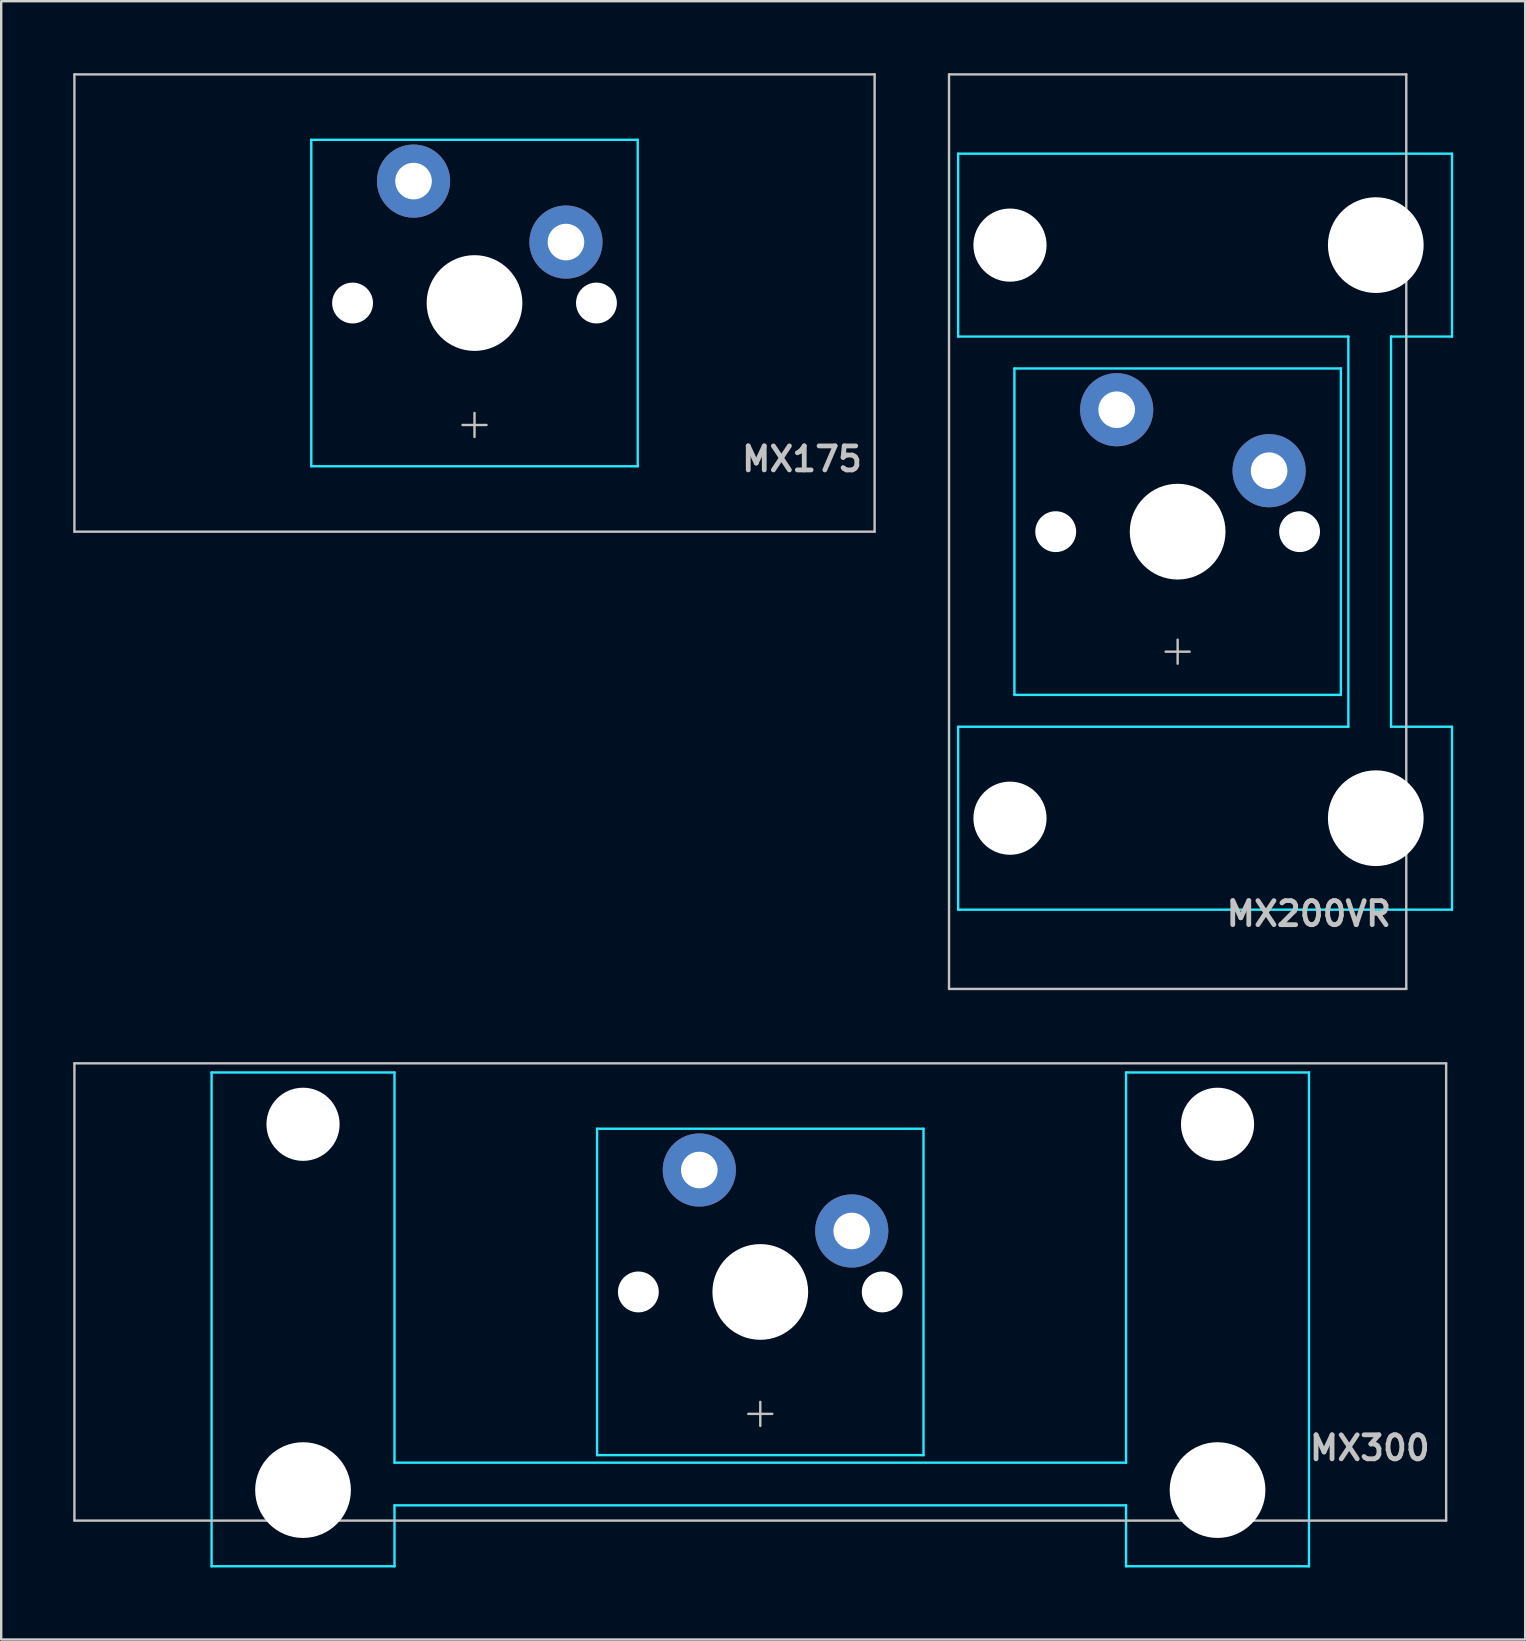
<source format=kicad_pcb>
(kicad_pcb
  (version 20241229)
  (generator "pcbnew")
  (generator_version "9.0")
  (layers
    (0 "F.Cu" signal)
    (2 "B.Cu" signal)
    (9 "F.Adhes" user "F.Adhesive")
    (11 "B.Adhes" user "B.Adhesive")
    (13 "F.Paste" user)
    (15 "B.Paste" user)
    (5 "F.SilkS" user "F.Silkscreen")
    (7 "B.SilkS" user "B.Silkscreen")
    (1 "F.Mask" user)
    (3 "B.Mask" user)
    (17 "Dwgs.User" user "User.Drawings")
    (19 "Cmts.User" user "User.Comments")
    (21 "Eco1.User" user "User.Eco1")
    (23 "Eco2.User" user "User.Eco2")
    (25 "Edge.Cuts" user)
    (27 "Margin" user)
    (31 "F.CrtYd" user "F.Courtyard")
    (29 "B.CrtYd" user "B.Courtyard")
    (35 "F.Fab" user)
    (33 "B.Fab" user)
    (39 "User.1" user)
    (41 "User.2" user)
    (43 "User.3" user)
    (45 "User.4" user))
  (footprint "MX175"
    (layer "F.Cu")
    (at 16.719 9.575)
    (property "Reference" "MX175" (at 16.25 6.5 0) (layer "Dwgs.User") (effects (font (size 1 1) (thickness 0.2)) (justify right)))
    (attr through_hole)
    (fp_circle (center -2.54 -5.08) (end -2.032 -5.08) (stroke (width 0.12) (type solid)) (fill no) (layer "F.Mask"))
    (fp_line (start -16.669 -9.525) (end -16.669 9.525) (stroke (width 0.1) (type solid)) (layer "Dwgs.User"))
    (fp_line (start -16.669 -9.525) (end 16.669 -9.525) (stroke (width 0.1) (type solid)) (layer "Dwgs.User"))
    (fp_line (start -16.669 9.525) (end 16.669 9.525) (stroke (width 0.1) (type solid)) (layer "Dwgs.User"))
    (fp_line (start -0.5 5.08) (end 0.5 5.08) (stroke (width 0.1) (type solid)) (layer "Dwgs.User"))
    (fp_line (start 0 4.58) (end 0 5.58) (stroke (width 0.1) (type solid)) (layer "Dwgs.User"))
    (fp_line (start 16.669 -9.525) (end 16.669 9.525) (stroke (width 0.1) (type solid)) (layer "Dwgs.User"))
    (fp_line (start -7 -6.5) (end -7 6.5) (stroke (width 0.1) (type solid)) (layer "Eco1.User"))
    (fp_line (start -6.5 7) (end 6.5 7) (stroke (width 0.1) (type solid)) (layer "Eco1.User"))
    (fp_line (start 6.5 -7) (end -6.5 -7) (stroke (width 0.1) (type solid)) (layer "Eco1.User"))
    (fp_line (start 7 6.5) (end 7 -6.5) (stroke (width 0.1) (type solid)) (layer "Eco1.User"))
    (fp_arc (start -7 -6.5) (mid -6.853553 -6.853553) (end -6.5 -7) (stroke (width 0.1) (type solid)) (layer "Eco1.User"))
    (fp_arc (start -6.5 7) (mid -6.853553 6.853553) (end -7 6.5) (stroke (width 0.1) (type solid)) (layer "Eco1.User"))
    (fp_arc (start 6.5 -7) (mid 6.853553 -6.853553) (end 7 -6.5) (stroke (width 0.1) (type solid)) (layer "Eco1.User"))
    (fp_arc (start 7 6.5) (mid 6.853553 6.853553) (end 6.5 7) (stroke (width 0.1) (type solid)) (layer "Eco1.User"))
    (fp_line (start -6.8 -6.8) (end 6.8 -6.8) (stroke (width 0.1) (type solid)) (layer "B.CrtYd"))
    (fp_line (start -6.8 6.8) (end -6.8 -6.8) (stroke (width 0.1) (type solid)) (layer "B.CrtYd"))
    (fp_line (start -6.8 6.8) (end 6.8 6.8) (stroke (width 0.1) (type solid)) (layer "B.CrtYd"))
    (fp_line (start 6.8 6.8) (end 6.8 -6.8) (stroke (width 0.1) (type solid)) (layer "B.CrtYd"))
    (pad "" np_thru_hole circle (at -5.08 0) (size 1.702 1.702) (drill 1.702) (layers "*.Cu" "*.Mask"))
    (pad "" np_thru_hole circle (at 0 0) (size 3.988 3.988) (drill 3.988) (layers "*.Cu" "*.Mask"))
    (pad "" np_thru_hole circle (at 5.08 0) (size 1.702 1.702) (drill 1.702) (layers "*.Cu" "*.Mask"))
    (pad "1" thru_hole circle (at -2.54 -5.08) (size 3.048 3.048) (drill 1.524) (layers "*.Cu" "*.Mask"))
    (pad "2" thru_hole circle (at 3.81 -2.54) (size 3.048 3.048) (drill 1.524) (layers "*.Cu" "*.Mask")))
  (footprint "MX200VR"
    (layer "F.Cu")
    (at 46.013 19.02)
    (property "Reference" "MX200VR" (at 9 16 0) (layer "Dwgs.User") (effects (font (size 1 1) (thickness 0.2)) (justify right)))
    (attr through_hole)
    (fp_line (start -9.525 -18.97) (end -9.525 19.13) (stroke (width 0.1) (type solid)) (layer "Dwgs.User"))
    (fp_line (start -0.5 5.08) (end 0.5 5.08) (stroke (width 0.1) (type solid)) (layer "Dwgs.User"))
    (fp_line (start 0 5.58) (end 0 4.58) (stroke (width 0.1) (type solid)) (layer "Dwgs.User"))
    (fp_line (start 9.525 -18.97) (end -9.525 -18.97) (stroke (width 0.1) (type solid)) (layer "Dwgs.User"))
    (fp_line (start 9.525 -18.97) (end 9.525 19.13) (stroke (width 0.1) (type solid)) (layer "Dwgs.User"))
    (fp_line (start 9.525 19.13) (end -9.525 19.13) (stroke (width 0.1) (type solid)) (layer "Dwgs.User"))
    (fp_line (start -7 -6.42) (end -7 6.58) (stroke (width 0.1) (type solid)) (layer "Eco1.User"))
    (fp_line (start -6.5 7.08) (end 6.5 7.08) (stroke (width 0.1) (type solid)) (layer "Eco1.User"))
    (fp_line (start -5.985 -8.858) (end -5.985 -14.858) (stroke (width 0.1) (type solid)) (layer "Eco1.User"))
    (fp_line (start -5.985 15.018) (end -5.985 9.018) (stroke (width 0.1) (type solid)) (layer "Eco1.User"))
    (fp_line (start -5.485 -8.358) (end 8.515 -8.358) (stroke (width 0.1) (type solid)) (layer "Eco1.User"))
    (fp_line (start -5.485 15.518) (end 8.515 15.518) (stroke (width 0.1) (type solid)) (layer "Eco1.User"))
    (fp_line (start 6.5 -6.92) (end -6.5 -6.92) (stroke (width 0.1) (type solid)) (layer "Eco1.User"))
    (fp_line (start 7 6.58) (end 7 -6.42) (stroke (width 0.1) (type solid)) (layer "Eco1.User"))
    (fp_line (start 8.515 -15.358) (end -5.485 -15.358) (stroke (width 0.1) (type solid)) (layer "Eco1.User"))
    (fp_line (start 8.515 8.518) (end -5.485 8.518) (stroke (width 0.1) (type solid)) (layer "Eco1.User"))
    (fp_line (start 9.015 -14.858) (end 9.015 -8.858) (stroke (width 0.1) (type solid)) (layer "Eco1.User"))
    (fp_line (start 9.015 9.018) (end 9.015 15.018) (stroke (width 0.1) (type solid)) (layer "Eco1.User"))
    (fp_arc (start -7 -6.42) (mid -6.853553 -6.773553) (end -6.5 -6.92) (stroke (width 0.1) (type solid)) (layer "Eco1.User"))
    (fp_arc (start -6.5 7.08) (mid -6.853553 6.933553) (end -7 6.58) (stroke (width 0.1) (type solid)) (layer "Eco1.User"))
    (fp_arc (start -5.985 -14.858) (mid -5.838553 -15.211553) (end -5.485 -15.358) (stroke (width 0.1) (type solid)) (layer "Eco1.User"))
    (fp_arc (start -5.985 9.018) (mid -5.838553 8.664447) (end -5.485 8.518) (stroke (width 0.1) (type solid)) (layer "Eco1.User"))
    (fp_arc (start -5.485 -8.358) (mid -5.838553 -8.504447) (end -5.985 -8.858) (stroke (width 0.1) (type solid)) (layer "Eco1.User"))
    (fp_arc (start -5.485 15.518) (mid -5.838553 15.371553) (end -5.985 15.018) (stroke (width 0.1) (type solid)) (layer "Eco1.User"))
    (fp_arc (start 6.5 -6.92) (mid 6.853553 -6.773553) (end 7 -6.42) (stroke (width 0.1) (type solid)) (layer "Eco1.User"))
    (fp_arc (start 7 6.58) (mid 6.853553 6.933553) (end 6.5 7.08) (stroke (width 0.1) (type solid)) (layer "Eco1.User"))
    (fp_arc (start 8.515 -15.358) (mid 8.868553 -15.211553) (end 9.015 -14.858) (stroke (width 0.1) (type solid)) (layer "Eco1.User"))
    (fp_arc (start 8.515 8.518) (mid 8.868553 8.664447) (end 9.015 9.018) (stroke (width 0.1) (type solid)) (layer "Eco1.User"))
    (fp_arc (start 9.015 -8.858) (mid 8.868553 -8.504447) (end 8.515 -8.358) (stroke (width 0.1) (type solid)) (layer "Eco1.User"))
    (fp_arc (start 9.015 15.018) (mid 8.868553 15.371553) (end 8.515 15.518) (stroke (width 0.1) (type solid)) (layer "Eco1.User"))
    (fp_line (start -9.144 -15.668) (end 11.43 -15.668) (stroke (width 0.1) (type solid)) (layer "B.CrtYd"))
    (fp_line (start -9.144 -8.048) (end -9.144 -15.668) (stroke (width 0.1) (type solid)) (layer "B.CrtYd"))
    (fp_line (start -9.144 -8.048) (end 7.112 -8.048) (stroke (width 0.1) (type solid)) (layer "B.CrtYd"))
    (fp_line (start -9.144 8.208) (end 7.112 8.208) (stroke (width 0.1) (type solid)) (layer "B.CrtYd"))
    (fp_line (start -9.144 15.828) (end -9.144 8.208) (stroke (width 0.1) (type solid)) (layer "B.CrtYd"))
    (fp_line (start -6.8 6.88) (end -6.8 -6.72) (stroke (width 0.1) (type solid)) (layer "B.CrtYd"))
    (fp_line (start 6.8 -6.72) (end -6.8 -6.72) (stroke (width 0.1) (type solid)) (layer "B.CrtYd"))
    (fp_line (start 6.8 6.88) (end -6.8 6.88) (stroke (width 0.1) (type solid)) (layer "B.CrtYd"))
    (fp_line (start 6.8 6.88) (end 6.8 -6.72) (stroke (width 0.1) (type solid)) (layer "B.CrtYd"))
    (fp_line (start 7.112 8.208) (end 7.112 -8.048) (stroke (width 0.1) (type solid)) (layer "B.CrtYd"))
    (fp_line (start 8.89 8.208) (end 8.89 -8.048) (stroke (width 0.1) (type solid)) (layer "B.CrtYd"))
    (fp_line (start 11.43 -15.668) (end 11.43 -8.048) (stroke (width 0.1) (type solid)) (layer "B.CrtYd"))
    (fp_line (start 11.43 -8.048) (end 8.89 -8.048) (stroke (width 0.1) (type solid)) (layer "B.CrtYd"))
    (fp_line (start 11.43 8.208) (end 8.89 8.208) (stroke (width 0.1) (type solid)) (layer "B.CrtYd"))
    (fp_line (start 11.43 8.208) (end 11.43 15.828) (stroke (width 0.1) (type solid)) (layer "B.CrtYd"))
    (fp_line (start 11.43 15.828) (end -9.144 15.828) (stroke (width 0.1) (type solid)) (layer "B.CrtYd"))
    (pad "" np_thru_hole circle (at -6.985 -11.858 90) (size 3.048 3.048) (drill 3.048) (layers "*.Cu" "*.Mask"))
    (pad "" smd circle (at -6.985 -11.858) (size 3.988 3.988) (layers "F.Mask"))
    (pad "" np_thru_hole circle (at -6.985 12.018 90) (size 3.048 3.048) (drill 3.048) (layers "*.Cu" "*.Mask"))
    (pad "" smd circle (at -6.985 12.018) (size 3.988 3.988) (layers "F.Mask"))
    (pad "" np_thru_hole circle (at -5.08 0.08) (size 1.702 1.702) (drill 1.702) (layers "*.Cu" "*.Mask"))
    (pad "" np_thru_hole circle (at 0 0.08 180) (size 3.988 3.988) (drill 3.988) (layers "*.Cu" "*.Mask"))
    (pad "" np_thru_hole circle (at 5.08 0.08) (size 1.702 1.702) (drill 1.702) (layers "*.Cu" "*.Mask"))
    (pad "" np_thru_hole circle (at 8.255 -11.858 90) (size 3.988 3.988) (drill 3.988) (layers "*.Cu" "*.Mask"))
    (pad "" np_thru_hole circle (at 8.255 12.018 90) (size 3.988 3.988) (drill 3.988) (layers "*.Cu" "*.Mask"))
    (pad "1" thru_hole circle (at -2.54 -5) (size 3.048 3.048) (drill 1.524) (layers "*.Cu" "*.Mask"))
    (pad "2" thru_hole circle (at 3.81 -2.46) (size 3.048 3.048) (drill 1.524) (layers "*.Cu" "*.Mask")))
  (footprint "MX300"
    (layer "F.Cu")
    (at 28.625 50.775)
    (property "Reference" "MX300" (at 28 6.5 0) (layer "Dwgs.User") (effects (font (size 1 1) (thickness 0.2)) (justify right)))
    (attr through_hole)
    (fp_line (start -28.575 -9.525) (end -28.575 9.525) (stroke (width 0.1) (type solid)) (layer "Dwgs.User"))
    (fp_line (start -28.575 -9.525) (end 28.575 -9.525) (stroke (width 0.1) (type solid)) (layer "Dwgs.User"))
    (fp_line (start -28.575 9.525) (end 28.575 9.525) (stroke (width 0.1) (type solid)) (layer "Dwgs.User"))
    (fp_line (start -0.5 5.08) (end 0.5 5.08) (stroke (width 0.1) (type solid)) (layer "Dwgs.User"))
    (fp_line (start 0 5.58) (end 0 4.58) (stroke (width 0.1) (type solid)) (layer "Dwgs.User"))
    (fp_line (start 28.575 -9.525) (end 28.575 9.525) (stroke (width 0.1) (type solid)) (layer "Dwgs.User"))
    (fp_line (start -22.55 -5.485) (end -22.55 8.515) (stroke (width 0.1) (type solid)) (layer "Eco1.User"))
    (fp_line (start -22.05 -5.985) (end -16.05 -5.985) (stroke (width 0.1) (type solid)) (layer "Eco1.User"))
    (fp_line (start -16.05 9.015) (end -22.05 9.015) (stroke (width 0.1) (type solid)) (layer "Eco1.User"))
    (fp_line (start -15.55 8.515) (end -15.55 -5.485) (stroke (width 0.1) (type solid)) (layer "Eco1.User"))
    (fp_line (start -7 -6.5) (end -7 6.5) (stroke (width 0.1) (type solid)) (layer "Eco1.User"))
    (fp_line (start -6.5 7) (end 6.5 7) (stroke (width 0.1) (type solid)) (layer "Eco1.User"))
    (fp_line (start 6.5 -7) (end -6.5 -7) (stroke (width 0.1) (type solid)) (layer "Eco1.User"))
    (fp_line (start 7 6.5) (end 7 -6.5) (stroke (width 0.1) (type solid)) (layer "Eco1.User"))
    (fp_line (start 15.55 -5.485) (end 15.55 8.515) (stroke (width 0.1) (type solid)) (layer "Eco1.User"))
    (fp_line (start 16.05 -5.985) (end 22.05 -5.985) (stroke (width 0.1) (type solid)) (layer "Eco1.User"))
    (fp_line (start 22.05 9.015) (end 16.05 9.015) (stroke (width 0.1) (type solid)) (layer "Eco1.User"))
    (fp_line (start 22.55 8.515) (end 22.55 -5.485) (stroke (width 0.1) (type solid)) (layer "Eco1.User"))
    (fp_arc (start -22.55 -5.485) (mid -22.403553 -5.838553) (end -22.05 -5.985) (stroke (width 0.1) (type solid)) (layer "Eco1.User"))
    (fp_arc (start -22.05 9.015) (mid -22.403553 8.868553) (end -22.55 8.515) (stroke (width 0.1) (type solid)) (layer "Eco1.User"))
    (fp_arc (start -16.05 -5.985) (mid -15.696447 -5.838553) (end -15.55 -5.485) (stroke (width 0.1) (type solid)) (layer "Eco1.User"))
    (fp_arc (start -15.55 8.515) (mid -15.696447 8.868553) (end -16.05 9.015) (stroke (width 0.1) (type solid)) (layer "Eco1.User"))
    (fp_arc (start -7 -6.5) (mid -6.853553 -6.853553) (end -6.5 -7) (stroke (width 0.1) (type solid)) (layer "Eco1.User"))
    (fp_arc (start -6.5 7) (mid -6.853553 6.853553) (end -7 6.5) (stroke (width 0.1) (type solid)) (layer "Eco1.User"))
    (fp_arc (start 6.5 -7) (mid 6.853553 -6.853553) (end 7 -6.5) (stroke (width 0.1) (type solid)) (layer "Eco1.User"))
    (fp_arc (start 7 6.5) (mid 6.853553 6.853553) (end 6.5 7) (stroke (width 0.1) (type solid)) (layer "Eco1.User"))
    (fp_arc (start 15.55 -5.485) (mid 15.696447 -5.838553) (end 16.05 -5.985) (stroke (width 0.1) (type solid)) (layer "Eco1.User"))
    (fp_arc (start 16.05 9.015) (mid 15.696447 8.868553) (end 15.55 8.515) (stroke (width 0.1) (type solid)) (layer "Eco1.User"))
    (fp_arc (start 22.05 -5.985) (mid 22.403553 -5.838553) (end 22.55 -5.485) (stroke (width 0.1) (type solid)) (layer "Eco1.User"))
    (fp_arc (start 22.55 8.515) (mid 22.403553 8.868553) (end 22.05 9.015) (stroke (width 0.1) (type solid)) (layer "Eco1.User"))
    (fp_line (start -22.86 -9.144) (end -15.24 -9.144) (stroke (width 0.1) (type solid)) (layer "B.CrtYd"))
    (fp_line (start -22.86 11.43) (end -22.86 -9.144) (stroke (width 0.1) (type solid)) (layer "B.CrtYd"))
    (fp_line (start -15.24 -9.144) (end -15.24 7.112) (stroke (width 0.1) (type solid)) (layer "B.CrtYd"))
    (fp_line (start -15.24 7.112) (end 15.24 7.112) (stroke (width 0.1) (type solid)) (layer "B.CrtYd"))
    (fp_line (start -15.24 8.89) (end 15.24 8.89) (stroke (width 0.1) (type solid)) (layer "B.CrtYd"))
    (fp_line (start -15.24 11.43) (end -22.86 11.43) (stroke (width 0.1) (type solid)) (layer "B.CrtYd"))
    (fp_line (start -15.24 11.43) (end -15.24 8.89) (stroke (width 0.1) (type solid)) (layer "B.CrtYd"))
    (fp_line (start -6.8 6.8) (end -6.8 -6.8) (stroke (width 0.1) (type solid)) (layer "B.CrtYd"))
    (fp_line (start 6.8 -6.8) (end -6.8 -6.8) (stroke (width 0.1) (type solid)) (layer "B.CrtYd"))
    (fp_line (start 6.8 6.8) (end -6.8 6.8) (stroke (width 0.1) (type solid)) (layer "B.CrtYd"))
    (fp_line (start 6.8 6.8) (end 6.8 -6.8) (stroke (width 0.1) (type solid)) (layer "B.CrtYd"))
    (fp_line (start 15.24 -9.144) (end 15.24 7.112) (stroke (width 0.1) (type solid)) (layer "B.CrtYd"))
    (fp_line (start 15.24 -9.144) (end 22.86 -9.144) (stroke (width 0.1) (type solid)) (layer "B.CrtYd"))
    (fp_line (start 15.24 11.43) (end 15.24 8.89) (stroke (width 0.1) (type solid)) (layer "B.CrtYd"))
    (fp_line (start 22.86 -9.144) (end 22.86 11.43) (stroke (width 0.1) (type solid)) (layer "B.CrtYd"))
    (fp_line (start 22.86 11.43) (end 15.24 11.43) (stroke (width 0.1) (type solid)) (layer "B.CrtYd"))
    (pad "" np_thru_hole circle (at -19.05 -6.985) (size 3.048 3.048) (drill 3.048) (layers "*.Cu" "*.Mask"))
    (pad "" smd circle (at -19.05 -6.985) (size 3.988 3.988) (layers "F.Mask"))
    (pad "" np_thru_hole circle (at -19.05 8.255) (size 3.988 3.988) (drill 3.988) (layers "*.Cu" "*.Mask"))
    (pad "" np_thru_hole circle (at -5.08 0) (size 1.702 1.702) (drill 1.702) (layers "*.Cu" "*.Mask"))
    (pad "" np_thru_hole circle (at 0 0 180) (size 3.988 3.988) (drill 3.988) (layers "*.Cu" "*.Mask"))
    (pad "" np_thru_hole circle (at 5.08 0) (size 1.702 1.702) (drill 1.702) (layers "*.Cu" "*.Mask"))
    (pad "" np_thru_hole circle (at 19.05 -6.985) (size 3.048 3.048) (drill 3.048) (layers "*.Cu" "*.Mask"))
    (pad "" smd circle (at 19.05 -6.985) (size 3.988 3.988) (layers "F.Mask"))
    (pad "" np_thru_hole circle (at 19.05 8.255) (size 3.988 3.988) (drill 3.988) (layers "*.Cu" "*.Mask"))
    (pad "1" thru_hole circle (at -2.54 -5.08) (size 3.048 3.048) (drill 1.524) (layers "*.Cu" "*.Mask"))
    (pad "2" thru_hole circle (at 3.81 -2.54) (size 3.048 3.048) (drill 1.524) (layers "*.Cu" "*.Mask")))
  (gr_rect
    (start -3 -3)
    (end 60.492 65.255)
    (stroke (width 0.1) (type default))
    (fill no)
    (layer "Edge.Cuts")))
</source>
